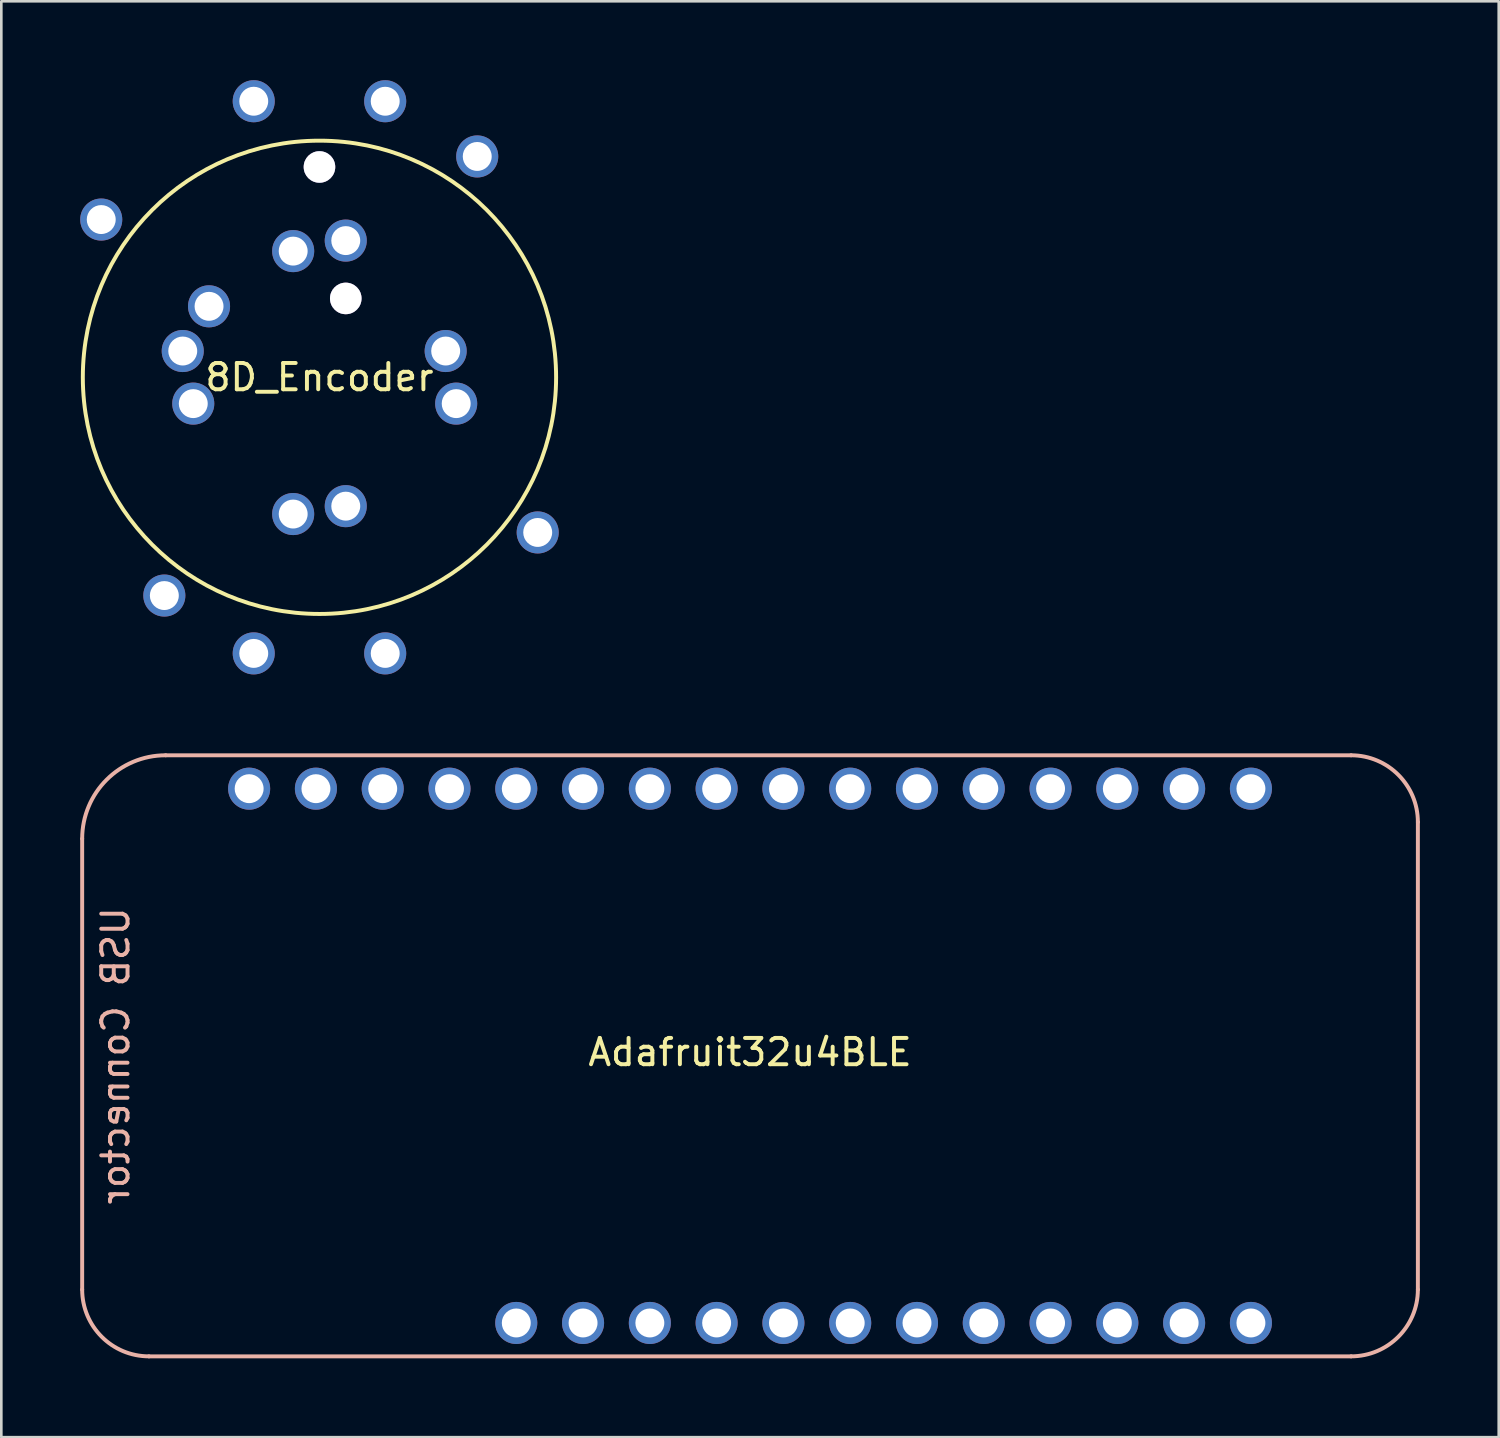
<source format=kicad_pcb>
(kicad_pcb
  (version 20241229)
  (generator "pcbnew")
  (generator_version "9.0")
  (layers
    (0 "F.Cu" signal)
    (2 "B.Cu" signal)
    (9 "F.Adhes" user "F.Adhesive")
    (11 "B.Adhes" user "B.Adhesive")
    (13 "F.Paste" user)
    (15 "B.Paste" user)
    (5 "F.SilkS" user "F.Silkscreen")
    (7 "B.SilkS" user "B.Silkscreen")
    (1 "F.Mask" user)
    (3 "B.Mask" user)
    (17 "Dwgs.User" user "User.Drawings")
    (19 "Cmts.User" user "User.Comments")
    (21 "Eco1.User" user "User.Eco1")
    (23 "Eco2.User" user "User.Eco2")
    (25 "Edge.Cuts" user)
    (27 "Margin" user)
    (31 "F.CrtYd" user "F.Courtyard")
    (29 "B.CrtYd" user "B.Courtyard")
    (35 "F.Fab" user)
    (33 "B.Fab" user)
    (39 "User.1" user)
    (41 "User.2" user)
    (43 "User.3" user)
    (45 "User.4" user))
  (footprint "Adafruit32u4BLE"
    (layer "F.Cu")
    (at 25.475 36.47)
    (property "Reference" "Adafruit32u4BLE" (at 0 0.5 0) (layer "F.SilkS") (effects (font (size 1 1) (thickness 0.15))))
    (attr through_hole)
    (fp_line (start -25.4 -7.62) (end -25.4 9.525) (stroke (width 0.15) (type solid)) (layer "B.SilkS"))
    (fp_line (start -22.86 12.065) (end 22.86 12.065) (stroke (width 0.15) (type solid)) (layer "B.SilkS"))
    (fp_line (start 22.86 -10.795) (end -22.225 -10.795) (stroke (width 0.15) (type solid)) (layer "B.SilkS"))
    (fp_line (start 25.4 9.525) (end 25.4 -8.255) (stroke (width 0.15) (type solid)) (layer "B.SilkS"))
    (fp_arc (start -25.4 -7.62) (mid -24.470064 -9.865064) (end -22.225 -10.795) (stroke (width 0.15) (type solid)) (layer "B.SilkS"))
    (fp_arc (start -22.86 12.065) (mid -24.656051 11.321051) (end -25.4 9.525) (stroke (width 0.15) (type solid)) (layer "B.SilkS"))
    (fp_arc (start 22.86 -10.795) (mid 24.656051 -10.051051) (end 25.4 -8.255) (stroke (width 0.15) (type solid)) (layer "B.SilkS"))
    (fp_arc (start 25.4 9.525) (mid 24.656051 11.321051) (end 22.86 12.065) (stroke (width 0.15) (type solid)) (layer "B.SilkS"))
    (fp_text user "USB Connector" (at -24.13 0.635 90) (layer "B.SilkS") (effects (font (size 1 1) (thickness 0.15)) (justify mirror)))
    (pad "1" thru_hole circle (at -8.89 10.795) (size 1.6 1.6) (drill 1.1) (layers "*.Cu" "*.Mask"))
    (pad "2" thru_hole circle (at -6.35 10.795) (size 1.6 1.6) (drill 1.1) (layers "*.Cu" "*.Mask"))
    (pad "3" thru_hole circle (at -3.81 10.795) (size 1.6 1.6) (drill 1.1) (layers "*.Cu" "*.Mask"))
    (pad "4" thru_hole circle (at -1.27 10.795) (size 1.6 1.6) (drill 1.1) (layers "*.Cu" "*.Mask"))
    (pad "5" thru_hole circle (at 1.27 10.795) (size 1.6 1.6) (drill 1.1) (layers "*.Cu" "*.Mask"))
    (pad "6" thru_hole circle (at 3.81 10.795) (size 1.6 1.6) (drill 1.1) (layers "*.Cu" "*.Mask"))
    (pad "7" thru_hole circle (at 6.35 10.795) (size 1.6 1.6) (drill 1.1) (layers "*.Cu" "*.Mask"))
    (pad "8" thru_hole circle (at 8.89 10.795) (size 1.6 1.6) (drill 1.1) (layers "*.Cu" "*.Mask"))
    (pad "9" thru_hole circle (at 11.43 10.795) (size 1.6 1.6) (drill 1.1) (layers "*.Cu" "*.Mask"))
    (pad "10" thru_hole circle (at 13.97 10.795) (size 1.6 1.6) (drill 1.1) (layers "*.Cu" "*.Mask"))
    (pad "11" thru_hole circle (at 16.51 10.795) (size 1.6 1.6) (drill 1.1) (layers "*.Cu" "*.Mask"))
    (pad "12" thru_hole circle (at 19.05 10.795) (size 1.6 1.6) (drill 1.1) (layers "*.Cu" "*.Mask"))
    (pad "13" thru_hole circle (at -19.05 -9.525) (size 1.6 1.6) (drill 1.1) (layers "*.Cu" "*.Mask"))
    (pad "14" thru_hole circle (at -16.51 -9.525) (size 1.6 1.6) (drill 1.1) (layers "*.Cu" "*.Mask"))
    (pad "15" thru_hole circle (at -13.97 -9.525) (size 1.6 1.6) (drill 1.1) (layers "*.Cu" "*.Mask"))
    (pad "16" thru_hole circle (at -11.43 -9.525) (size 1.6 1.6) (drill 1.1) (layers "*.Cu" "*.Mask"))
    (pad "17" thru_hole circle (at -8.89 -9.525) (size 1.6 1.6) (drill 1.1) (layers "*.Cu" "*.Mask"))
    (pad "18" thru_hole circle (at -6.35 -9.525) (size 1.6 1.6) (drill 1.1) (layers "*.Cu" "*.Mask"))
    (pad "19" thru_hole circle (at -3.81 -9.525) (size 1.6 1.6) (drill 1.1) (layers "*.Cu" "*.Mask"))
    (pad "20" thru_hole circle (at -1.27 -9.525) (size 1.6 1.6) (drill 1.1) (layers "*.Cu" "*.Mask"))
    (pad "21" thru_hole circle (at 1.27 -9.525) (size 1.6 1.6) (drill 1.1) (layers "*.Cu" "*.Mask"))
    (pad "22" thru_hole circle (at 3.81 -9.525) (size 1.6 1.6) (drill 1.1) (layers "*.Cu" "*.Mask"))
    (pad "23" thru_hole circle (at 6.35 -9.525) (size 1.6 1.6) (drill 1.1) (layers "*.Cu" "*.Mask"))
    (pad "24" thru_hole circle (at 8.89 -9.525) (size 1.6 1.6) (drill 1.1) (layers "*.Cu" "*.Mask"))
    (pad "25" thru_hole circle (at 11.43 -9.525) (size 1.6 1.6) (drill 1.1) (layers "*.Cu" "*.Mask"))
    (pad "26" thru_hole circle (at 13.97 -9.525) (size 1.6 1.6) (drill 1.1) (layers "*.Cu" "*.Mask"))
    (pad "27" thru_hole circle (at 16.51 -9.525) (size 1.6 1.6) (drill 1.1) (layers "*.Cu" "*.Mask"))
    (pad "28" thru_hole circle (at 19.05 -9.525) (size 1.6 1.6) (drill 1.1) (layers "*.Cu" "*.Mask")))
  (footprint "8D_Encoder"
    (layer "F.Cu")
    (at 9.1 11.3)
    (property "Reference" "8D_Encoder" (at 0 0 0) (layer "F.SilkS") (effects (font (size 1 1) (thickness 0.15))))
    (attr through_hole)
    (fp_circle (center 0 0) (end 9 0) (stroke (width 0.15) (type solid)) (fill no) (layer "F.SilkS"))
    (pad "2" thru_hole circle (at -2.5 -10.5) (size 1.6 1.6) (drill 1.1) (layers "*.Cu" "*.Mask"))
    (pad "3" thru_hole circle (at 2.5 -10.5) (size 1.6 1.6) (drill 1.1) (layers "*.Cu" "*.Mask"))
    (pad "4" thru_hole circle (at -2.5 10.5) (size 1.6 1.6) (drill 1.1) (layers "*.Cu" "*.Mask"))
    (pad "5" thru_hole circle (at 2.5 10.5) (size 1.6 1.6) (drill 1.1) (layers "*.Cu" "*.Mask"))
    (pad "6" thru_hole circle (at -4.8 1) (size 1.6 1.6) (drill 1.1) (layers "*.Cu" "*.Mask"))
    (pad "7" thru_hole circle (at -5.2 -1) (size 1.6 1.6) (drill 1.1) (layers "*.Cu" "*.Mask"))
    (pad "8" thru_hole circle (at 4.8 -1) (size 1.6 1.6) (drill 1.1) (layers "*.Cu" "*.Mask"))
    (pad "9" thru_hole circle (at 0 -8) (size 1.2 1.2) (drill 1.2) (layers "*.Cu" "*.Mask"))
    (pad "10" thru_hole circle (at -1 -4.8) (size 1.6 1.6) (drill 1.1) (layers "*.Cu" "*.Mask"))
    (pad "10" thru_hole circle (at -1 5.2) (size 1.6 1.6) (drill 1.1) (layers "*.Cu" "*.Mask"))
    (pad "11" thru_hole circle (at -4.2 -2.7) (size 1.6 1.6) (drill 1.1) (layers "*.Cu" "*.Mask"))
    (pad "11" thru_hole circle (at 1 -5.2) (size 1.6 1.6) (drill 1.1) (layers "*.Cu" "*.Mask"))
    (pad "11" thru_hole circle (at 1 -3) (size 1.2 1.2) (drill 1.2) (layers "*.Cu" "*.Mask"))
    (pad "11" thru_hole circle (at 1 4.9) (size 1.6 1.6) (drill 1.1) (layers "*.Cu" "*.Mask"))
    (pad "11" thru_hole circle (at 5.2 1) (size 1.6 1.6) (drill 1.1) (layers "*.Cu" "*.Mask"))
    (pad "16" thru_hole circle (at 6 -8.4) (size 1.6 1.6) (drill 1.1) (layers "*.Cu" "*.Mask"))
    (pad "17" thru_hole circle (at -5.9 8.3) (size 1.6 1.6) (drill 1.1) (layers "*.Cu" "*.Mask"))
    (pad "18" thru_hole circle (at 8.3 5.9) (size 1.6 1.6) (drill 1.1) (layers "*.Cu" "*.Mask"))
    (pad "19" thru_hole circle (at -8.3 -6) (size 1.6 1.6) (drill 1.1) (layers "*.Cu" "*.Mask")))
  (gr_rect
    (start -3 -3)
    (end 53.95 51.61)
    (stroke (width 0.1) (type default))
    (fill no)
    (layer "Edge.Cuts")))
</source>
